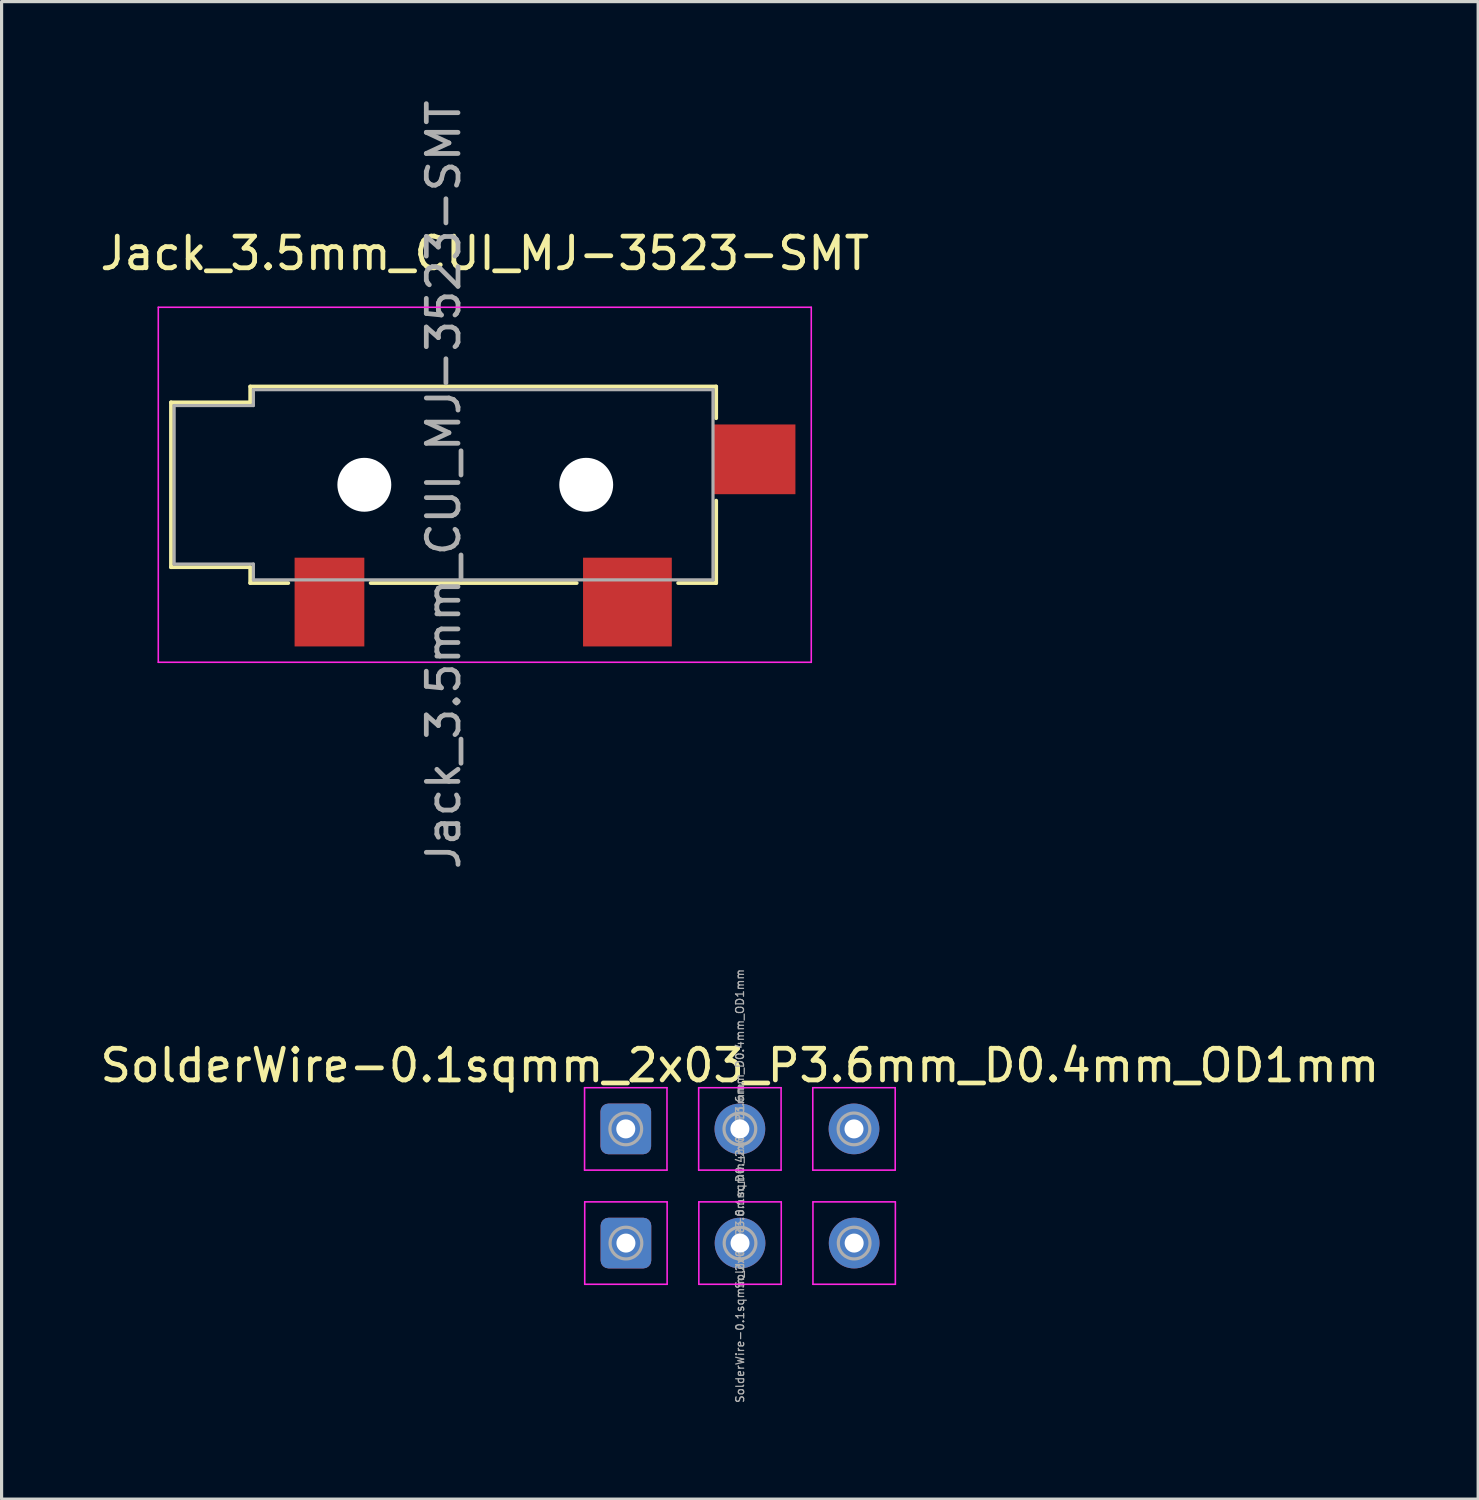
<source format=kicad_pcb>
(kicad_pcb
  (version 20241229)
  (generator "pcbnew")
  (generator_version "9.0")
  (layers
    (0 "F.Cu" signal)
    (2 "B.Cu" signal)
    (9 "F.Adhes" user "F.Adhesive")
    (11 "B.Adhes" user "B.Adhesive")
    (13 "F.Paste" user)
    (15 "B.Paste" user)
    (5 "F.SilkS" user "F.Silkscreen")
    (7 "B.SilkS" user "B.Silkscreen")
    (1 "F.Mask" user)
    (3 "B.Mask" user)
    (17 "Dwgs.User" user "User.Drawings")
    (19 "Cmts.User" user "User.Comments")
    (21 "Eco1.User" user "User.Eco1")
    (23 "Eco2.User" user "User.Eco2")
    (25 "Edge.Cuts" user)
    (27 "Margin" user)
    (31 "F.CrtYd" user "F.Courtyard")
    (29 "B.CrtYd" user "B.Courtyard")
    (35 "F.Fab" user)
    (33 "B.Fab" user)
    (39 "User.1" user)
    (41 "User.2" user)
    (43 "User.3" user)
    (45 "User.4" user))
  (footprint "SolderWire-0.1sqmm_2x03_P3.6mm_D0.4mm_OD1mm"
    (layer "F.Cu")
    (at 16.692 32.565)
    (property "Reference" "SolderWire-0.1sqmm_2x03_P3.6mm_D0.4mm_OD1mm" (at 3.6 -2 0) (layer "F.SilkS") (effects (font (size 1 1) (thickness 0.15))))
    (attr exclude_from_pos_files exclude_from_bom)
    (fp_line (start -1.3 -1.3) (end -1.3 1.3) (stroke (width 0.05) (type solid)) (layer "F.CrtYd"))
    (fp_line (start -1.3 1.3) (end 1.3 1.3) (stroke (width 0.05) (type solid)) (layer "F.CrtYd"))
    (fp_line (start -1.295 2.302) (end -1.295 4.902) (stroke (width 0.05) (type solid)) (layer "F.CrtYd"))
    (fp_line (start -1.295 4.902) (end 1.305 4.902) (stroke (width 0.05) (type solid)) (layer "F.CrtYd"))
    (fp_line (start 1.3 -1.3) (end -1.3 -1.3) (stroke (width 0.05) (type solid)) (layer "F.CrtYd"))
    (fp_line (start 1.3 1.3) (end 1.3 -1.3) (stroke (width 0.05) (type solid)) (layer "F.CrtYd"))
    (fp_line (start 1.305 2.302) (end -1.295 2.302) (stroke (width 0.05) (type solid)) (layer "F.CrtYd"))
    (fp_line (start 1.305 4.902) (end 1.305 2.302) (stroke (width 0.05) (type solid)) (layer "F.CrtYd"))
    (fp_line (start 2.3 -1.3) (end 2.3 1.3) (stroke (width 0.05) (type solid)) (layer "F.CrtYd"))
    (fp_line (start 2.3 1.3) (end 4.9 1.3) (stroke (width 0.05) (type solid)) (layer "F.CrtYd"))
    (fp_line (start 2.305 2.302) (end 2.305 4.902) (stroke (width 0.05) (type solid)) (layer "F.CrtYd"))
    (fp_line (start 2.305 4.902) (end 4.905 4.902) (stroke (width 0.05) (type solid)) (layer "F.CrtYd"))
    (fp_line (start 4.9 -1.3) (end 2.3 -1.3) (stroke (width 0.05) (type solid)) (layer "F.CrtYd"))
    (fp_line (start 4.9 1.3) (end 4.9 -1.3) (stroke (width 0.05) (type solid)) (layer "F.CrtYd"))
    (fp_line (start 4.905 2.302) (end 2.305 2.302) (stroke (width 0.05) (type solid)) (layer "F.CrtYd"))
    (fp_line (start 4.905 4.902) (end 4.905 2.302) (stroke (width 0.05) (type solid)) (layer "F.CrtYd"))
    (fp_line (start 5.9 -1.3) (end 5.9 1.3) (stroke (width 0.05) (type solid)) (layer "F.CrtYd"))
    (fp_line (start 5.9 1.3) (end 8.5 1.3) (stroke (width 0.05) (type solid)) (layer "F.CrtYd"))
    (fp_line (start 5.905 2.302) (end 5.905 4.902) (stroke (width 0.05) (type solid)) (layer "F.CrtYd"))
    (fp_line (start 5.905 4.902) (end 8.505 4.902) (stroke (width 0.05) (type solid)) (layer "F.CrtYd"))
    (fp_line (start 8.5 -1.3) (end 5.9 -1.3) (stroke (width 0.05) (type solid)) (layer "F.CrtYd"))
    (fp_line (start 8.5 1.3) (end 8.5 -1.3) (stroke (width 0.05) (type solid)) (layer "F.CrtYd"))
    (fp_line (start 8.505 2.302) (end 5.905 2.302) (stroke (width 0.05) (type solid)) (layer "F.CrtYd"))
    (fp_line (start 8.505 4.902) (end 8.505 2.302) (stroke (width 0.05) (type solid)) (layer "F.CrtYd"))
    (fp_circle (center 0 0) (end 0.5 0) (stroke (width 0.1) (type solid)) (fill no) (layer "F.Fab"))
    (fp_circle (center 0.005 3.602) (end 0.505 3.602) (stroke (width 0.1) (type solid)) (fill no) (layer "F.Fab"))
    (fp_circle (center 3.6 0) (end 4.1 0) (stroke (width 0.1) (type solid)) (fill no) (layer "F.Fab"))
    (fp_circle (center 3.605 3.602) (end 4.105 3.602) (stroke (width 0.1) (type solid)) (fill no) (layer "F.Fab"))
    (fp_circle (center 7.2 0) (end 7.7 0) (stroke (width 0.1) (type solid)) (fill no) (layer "F.Fab"))
    (fp_circle (center 7.205 3.602) (end 7.705 3.602) (stroke (width 0.1) (type solid)) (fill no) (layer "F.Fab"))
    (fp_text user "${REFERENCE}" (at 3.605 3.602 90) (layer "F.Fab") (effects (font (size 0.25 0.25) (thickness 0.04))))
    (fp_text user "${REFERENCE}" (at 3.6 0 90) (layer "F.Fab") (effects (font (size 0.25 0.25) (thickness 0.04))))
    (pad "1" thru_hole roundrect (at 0 0) (size 1.6 1.6) (drill 0.6) (layers "*.Cu" "*.Mask") (roundrect_rratio 0.156))
    (pad "2" thru_hole circle (at 3.6 0) (size 1.6 1.6) (drill 0.6) (layers "*.Cu" "*.Mask"))
    (pad "3" thru_hole circle (at 7.2 0) (size 1.6 1.6) (drill 0.6) (layers "*.Cu" "*.Mask"))
    (pad "4" thru_hole roundrect (at 0.005 3.602) (size 1.6 1.6) (drill 0.6) (layers "*.Cu" "*.Mask") (roundrect_rratio 0.156))
    (pad "5" thru_hole circle (at 3.605 3.602) (size 1.6 1.6) (drill 0.6) (layers "*.Cu" "*.Mask"))
    (pad "6" thru_hole circle (at 7.205 3.602) (size 1.6 1.6) (drill 0.6) (layers "*.Cu" "*.Mask")))
  (footprint "Jack_3.5mm_CUI_MJ-3523-SMT"
    (layer "F.Cu")
    (at 12.244 12.244)
    (property "Reference" "Jack_3.5mm_CUI_MJ-3523-SMT" (at 0 -7.3 0) (layer "F.SilkS") (effects (font (size 1 1) (thickness 0.15))))
    (attr smd)
    (fp_line (start -9.9 -2.6) (end -7.4 -2.6) (stroke (width 0.12) (type solid)) (layer "F.SilkS"))
    (fp_line (start -9.9 2.6) (end -9.9 -2.6) (stroke (width 0.12) (type solid)) (layer "F.SilkS"))
    (fp_line (start -7.4 -3.1) (end 7.3 -3.1) (stroke (width 0.12) (type solid)) (layer "F.SilkS"))
    (fp_line (start -7.4 -2.6) (end -7.4 -3.1) (stroke (width 0.12) (type solid)) (layer "F.SilkS"))
    (fp_line (start -7.4 2.6) (end -9.9 2.6) (stroke (width 0.12) (type solid)) (layer "F.SilkS"))
    (fp_line (start -7.4 3.1) (end -7.4 2.6) (stroke (width 0.12) (type solid)) (layer "F.SilkS"))
    (fp_line (start -6.2 3.1) (end -7.4 3.1) (stroke (width 0.12) (type solid)) (layer "F.SilkS"))
    (fp_line (start 2.9 3.1) (end -3.6 3.1) (stroke (width 0.12) (type solid)) (layer "F.SilkS"))
    (fp_line (start 7.3 -3.1) (end 7.3 -2.1) (stroke (width 0.12) (type solid)) (layer "F.SilkS"))
    (fp_line (start 7.3 0.5) (end 7.3 3.1) (stroke (width 0.12) (type solid)) (layer "F.SilkS"))
    (fp_line (start 7.3 3.1) (end 6.1 3.1) (stroke (width 0.12) (type solid)) (layer "F.SilkS"))
    (fp_line (start -10.3 -5.6) (end 10.3 -5.6) (stroke (width 0.05) (type solid)) (layer "F.CrtYd"))
    (fp_line (start -10.3 5.6) (end -10.3 -5.6) (stroke (width 0.05) (type solid)) (layer "F.CrtYd"))
    (fp_line (start 10.3 -5.6) (end 10.3 5.6) (stroke (width 0.05) (type solid)) (layer "F.CrtYd"))
    (fp_line (start 10.3 5.6) (end -10.3 5.6) (stroke (width 0.05) (type solid)) (layer "F.CrtYd"))
    (fp_line (start -9.8 -2.5) (end -7.3 -2.5) (stroke (width 0.1) (type solid)) (layer "F.Fab"))
    (fp_line (start -9.8 2.5) (end -9.8 -2.5) (stroke (width 0.1) (type solid)) (layer "F.Fab"))
    (fp_line (start -7.3 -3) (end 7.2 -3) (stroke (width 0.1) (type solid)) (layer "F.Fab"))
    (fp_line (start -7.3 -2.5) (end -7.3 -3) (stroke (width 0.1) (type solid)) (layer "F.Fab"))
    (fp_line (start -7.3 2.5) (end -9.8 2.5) (stroke (width 0.1) (type solid)) (layer "F.Fab"))
    (fp_line (start -7.3 3) (end -7.3 2.5) (stroke (width 0.1) (type solid)) (layer "F.Fab"))
    (fp_line (start 7.2 -3) (end 7.2 3) (stroke (width 0.1) (type solid)) (layer "F.Fab"))
    (fp_line (start 7.2 3) (end -7.3 3) (stroke (width 0.1) (type solid)) (layer "F.Fab"))
    (fp_text user "${REFERENCE}" (at -1.3 0 90) (layer "F.Fab") (effects (font (size 1 1) (thickness 0.15))))
    (pad "" np_thru_hole circle (at -3.8 0 90) (size 1.7 1.7) (drill 1.7) (layers "*.Cu" "*.Mask"))
    (pad "" np_thru_hole circle (at 3.2 0 90) (size 1.7 1.7) (drill 1.7) (layers "*.Cu" "*.Mask"))
    (pad "R" smd rect (at 8.5 -0.803) (size 2.6 2.2) (layers "F.Cu" "F.Mask" "F.Paste"))
    (pad "S" smd rect (at -4.9 3.7 90) (size 2.8 2.2) (layers "F.Cu" "F.Mask" "F.Paste"))
    (pad "T" smd rect (at 4.5 3.7 90) (size 2.8 2.8) (layers "F.Cu" "F.Mask" "F.Paste")))
  (gr_rect
    (start -3 -3)
    (end 43.583 44.244)
    (stroke (width 0.1) (type default))
    (fill no)
    (layer "Edge.Cuts")))
</source>
